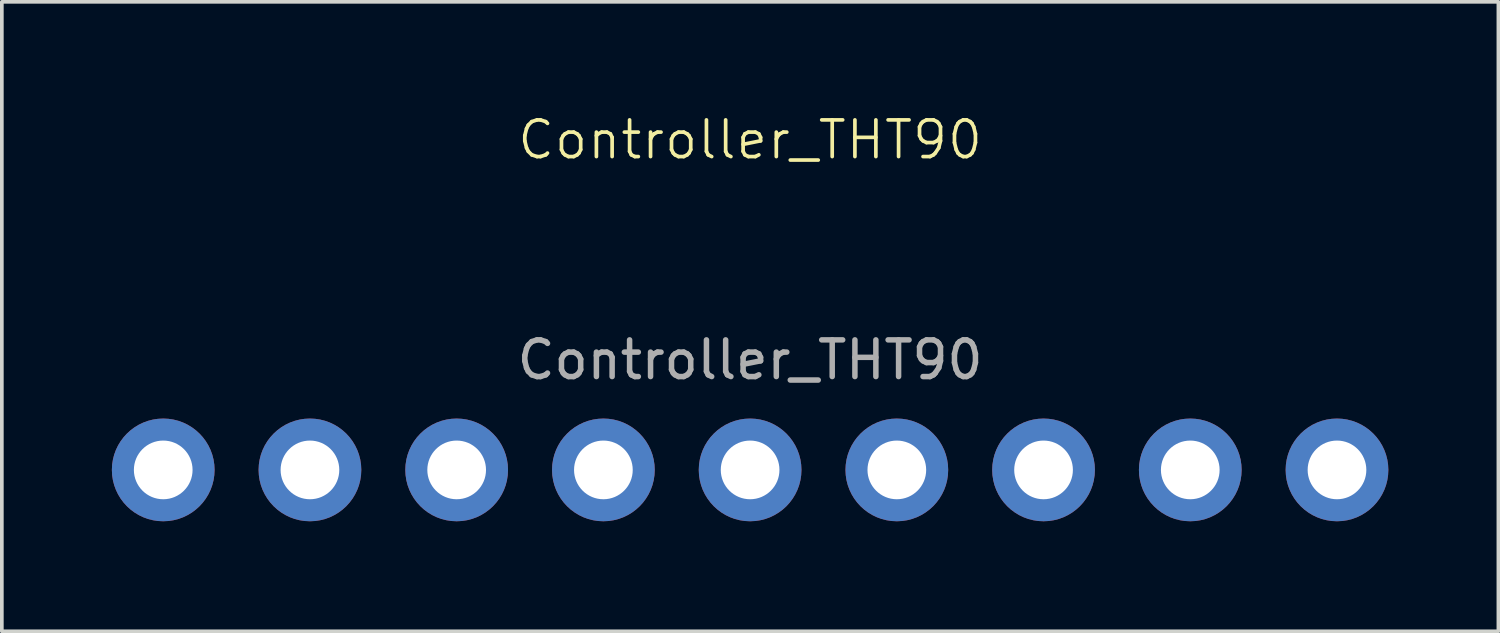
<source format=kicad_pcb>
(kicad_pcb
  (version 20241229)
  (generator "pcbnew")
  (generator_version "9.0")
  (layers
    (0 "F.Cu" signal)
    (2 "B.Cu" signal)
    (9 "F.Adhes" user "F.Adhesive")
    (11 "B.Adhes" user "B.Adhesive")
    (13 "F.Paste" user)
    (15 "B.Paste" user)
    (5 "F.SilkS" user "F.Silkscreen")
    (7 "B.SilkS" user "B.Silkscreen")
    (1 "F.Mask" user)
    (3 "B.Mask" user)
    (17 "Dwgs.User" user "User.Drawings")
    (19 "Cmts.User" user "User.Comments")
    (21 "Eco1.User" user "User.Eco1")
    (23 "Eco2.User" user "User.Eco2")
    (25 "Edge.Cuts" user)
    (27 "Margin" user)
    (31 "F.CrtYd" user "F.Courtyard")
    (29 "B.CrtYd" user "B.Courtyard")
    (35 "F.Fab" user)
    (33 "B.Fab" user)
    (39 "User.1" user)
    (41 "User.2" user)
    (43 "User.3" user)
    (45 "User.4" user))
  (footprint "Controller_THT90"
    (layer "F.Cu")
    (at 17.4 9.761)
    (property "Reference" "Controller_THT90" (at 0 -9 0) (unlocked yes) (layer "F.SilkS") (effects (font (size 1 1) (thickness 0.1))))
    (attr through_hole)
    (fp_text user "${REFERENCE}" (at 0 -3 0) (unlocked yes) (layer "F.Fab") (effects (font (size 1 1) (thickness 0.15))))
    (pad "1" thru_hole circle (at -16 0) (size 2.8 2.8) (drill 1.6) (layers "*.Cu" "*.Mask"))
    (pad "2" thru_hole circle (at -12 0) (size 2.8 2.8) (drill 1.6) (layers "*.Cu" "*.Mask"))
    (pad "3" thru_hole circle (at -8 0) (size 2.8 2.8) (drill 1.6) (layers "*.Cu" "*.Mask"))
    (pad "4" thru_hole circle (at -4 0) (size 2.8 2.8) (drill 1.6) (layers "*.Cu" "*.Mask"))
    (pad "5" thru_hole circle (at 0 0) (size 2.8 2.8) (drill 1.6) (layers "*.Cu" "*.Mask"))
    (pad "6" thru_hole circle (at 4 0) (size 2.8 2.8) (drill 1.6) (layers "*.Cu" "*.Mask"))
    (pad "7" thru_hole circle (at 8 0) (size 2.8 2.8) (drill 1.6) (layers "*.Cu" "*.Mask"))
    (pad "8" thru_hole circle (at 12 0) (size 2.8 2.8) (drill 1.6) (layers "*.Cu" "*.Mask"))
    (pad "9" thru_hole circle (at 16 0) (size 2.8 2.8) (drill 1.6) (layers "*.Cu" "*.Mask")))
  (gr_rect
    (start -3 -3)
    (end 37.8 14.161)
    (stroke (width 0.1) (type default))
    (fill no)
    (layer "Edge.Cuts")))
</source>
